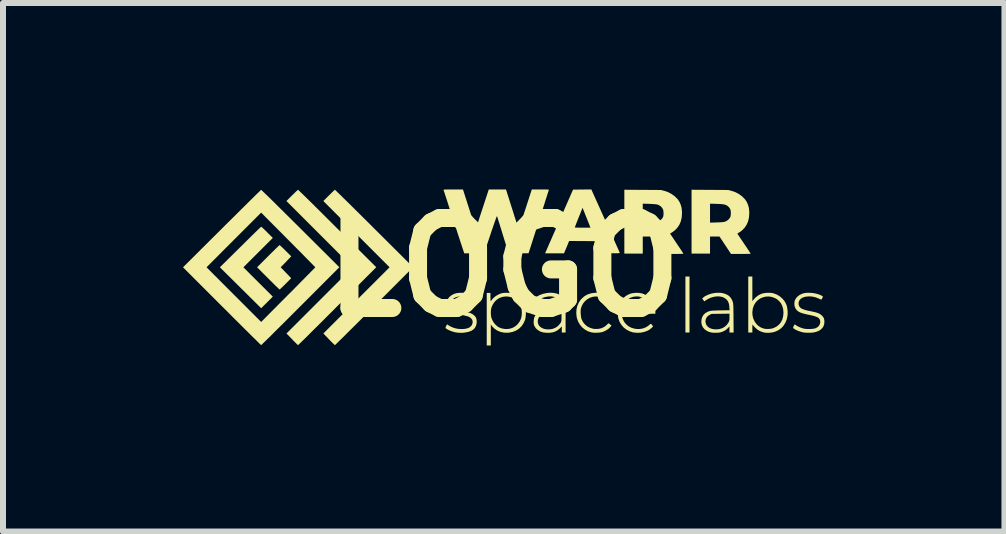
<source format=kicad_pcb>
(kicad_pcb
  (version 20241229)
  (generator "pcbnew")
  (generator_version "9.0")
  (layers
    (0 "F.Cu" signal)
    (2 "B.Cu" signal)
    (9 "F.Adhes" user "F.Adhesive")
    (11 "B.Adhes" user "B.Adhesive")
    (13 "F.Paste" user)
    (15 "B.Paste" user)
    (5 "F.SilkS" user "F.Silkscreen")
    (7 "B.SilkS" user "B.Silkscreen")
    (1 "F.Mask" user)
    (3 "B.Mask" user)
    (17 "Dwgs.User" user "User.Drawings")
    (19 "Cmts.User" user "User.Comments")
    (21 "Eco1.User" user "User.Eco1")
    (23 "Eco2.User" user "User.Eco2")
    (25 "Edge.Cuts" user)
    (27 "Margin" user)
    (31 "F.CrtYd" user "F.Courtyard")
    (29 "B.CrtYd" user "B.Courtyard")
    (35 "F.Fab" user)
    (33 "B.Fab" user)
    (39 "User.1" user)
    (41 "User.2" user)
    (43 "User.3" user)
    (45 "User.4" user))
  (footprint "LOGO"
    (layer "F.Cu")
    (at 5.345 1.404)
    (property "Reference" "LOGO" (at 0 0 0) (layer "F.SilkS") (effects (font (size 1.5 1.5) (thickness 0.3))))
    (attr board_only exclude_from_pos_files exclude_from_bom)
    (fp_poly (pts (xy 3.095 0.62) (xy 3.095 1.087) (xy 3.061 1.087) (xy 3.027 1.087) (xy 3.027 0.62) (xy 3.027 0.154) (xy 3.061 0.154) (xy 3.095 0.154)) (stroke (width 0) (type solid)) (fill yes) (layer "F.SilkS"))
    (fp_poly (pts (xy -4.038 -0.672) (xy -4.025 -0.662) (xy -4.007 -0.646) (xy -3.985 -0.624) (xy -3.959 -0.6) (xy -3.943 -0.583) (xy -3.849 -0.489) (xy -4.094 -0.245) (xy -4.339 0) (xy -4.094 0.245) (xy -3.849 0.489) (xy -3.946 0.586) (xy -4.043 0.682) (xy -4.387 0.341) (xy -4.731 -0.000035) (xy -4.39 -0.337) (xy -4.338 -0.388) (xy -4.289 -0.437) (xy -4.242 -0.483) (xy -4.199 -0.526) (xy -4.16 -0.564) (xy -4.125 -0.598) (xy -4.096 -0.626) (xy -4.072 -0.649) (xy -4.055 -0.665) (xy -4.046 -0.674) (xy -4.043 -0.676)) (stroke (width 0) (type solid)) (fill yes) (layer "F.SilkS"))
    (fp_poly (pts (xy -3.73 -0.366) (xy -3.718 -0.355) (xy -3.7 -0.338) (xy -3.677 -0.317) (xy -3.652 -0.292) (xy -3.636 -0.276) (xy -3.542 -0.182) (xy -3.571 -0.152) (xy -3.585 -0.137) (xy -3.605 -0.116) (xy -3.628 -0.092) (xy -3.652 -0.067) (xy -3.658 -0.061) (xy -3.718 0) (xy -3.658 0.061) (xy -3.635 0.086) (xy -3.611 0.11) (xy -3.59 0.132) (xy -3.574 0.149) (xy -3.571 0.152) (xy -3.542 0.182) (xy -3.636 0.276) (xy -3.663 0.303) (xy -3.687 0.326) (xy -3.708 0.346) (xy -3.723 0.36) (xy -3.733 0.368) (xy -3.735 0.37) (xy -3.741 0.366) (xy -3.753 0.355) (xy -3.771 0.337) (xy -3.796 0.314) (xy -3.825 0.286) (xy -3.857 0.253) (xy -3.893 0.218) (xy -3.926 0.185) (xy -4.111 0) (xy -3.926 -0.185) (xy -3.888 -0.223) (xy -3.853 -0.258) (xy -3.82 -0.29) (xy -3.792 -0.317) (xy -3.769 -0.34) (xy -3.751 -0.357) (xy -3.739 -0.367) (xy -3.735 -0.37)) (stroke (width 0) (type solid)) (fill yes) (layer "F.SilkS"))
    (fp_poly (pts (xy -3.423 -1.288) (xy -3.411 -1.276) (xy -3.392 -1.257) (xy -3.365 -1.232) (xy -3.333 -1.2) (xy -3.294 -1.162) (xy -3.25 -1.119) (xy -3.201 -1.071) (xy -3.148 -1.018) (xy -3.09 -0.961) (xy -3.029 -0.9) (xy -2.964 -0.835) (xy -2.896 -0.768) (xy -2.826 -0.698) (xy -2.774 -0.646) (xy -2.125 -0.001) (xy -2.774 0.648) (xy -2.845 0.72) (xy -2.915 0.789) (xy -2.982 0.856) (xy -3.046 0.92) (xy -3.106 0.98) (xy -3.163 1.036) (xy -3.215 1.088) (xy -3.263 1.136) (xy -3.305 1.178) (xy -3.342 1.214) (xy -3.373 1.244) (xy -3.398 1.268) (xy -3.415 1.285) (xy -3.425 1.295) (xy -3.428 1.297) (xy -3.434 1.293) (xy -3.446 1.282) (xy -3.463 1.265) (xy -3.485 1.243) (xy -3.51 1.218) (xy -3.527 1.2) (xy -3.621 1.103) (xy -3.069 0.551) (xy -2.518 0) (xy -3.07 -0.552) (xy -3.622 -1.104) (xy -3.528 -1.198) (xy -3.501 -1.224) (xy -3.477 -1.248) (xy -3.456 -1.268) (xy -3.44 -1.282) (xy -3.43 -1.29) (xy -3.428 -1.292)) (stroke (width 0) (type solid)) (fill yes) (layer "F.SilkS"))
    (fp_poly (pts (xy -2.809 -1.288) (xy -2.797 -1.276) (xy -2.777 -1.257) (xy -2.751 -1.232) (xy -2.718 -1.2) (xy -2.68 -1.162) (xy -2.636 -1.119) (xy -2.587 -1.071) (xy -2.533 -1.018) (xy -2.476 -0.961) (xy -2.414 -0.9) (xy -2.349 -0.835) (xy -2.281 -0.768) (xy -2.211 -0.698) (xy -2.159 -0.646) (xy -1.511 -0.001) (xy -2.159 0.648) (xy -2.231 0.72) (xy -2.3 0.789) (xy -2.367 0.856) (xy -2.431 0.92) (xy -2.492 0.98) (xy -2.548 1.036) (xy -2.601 1.088) (xy -2.648 1.136) (xy -2.691 1.178) (xy -2.728 1.214) (xy -2.759 1.244) (xy -2.783 1.268) (xy -2.801 1.285) (xy -2.811 1.295) (xy -2.814 1.297) (xy -2.819 1.293) (xy -2.831 1.282) (xy -2.849 1.265) (xy -2.871 1.243) (xy -2.896 1.218) (xy -2.913 1.2) (xy -3.006 1.103) (xy -2.455 0.551) (xy -1.903 0) (xy -2.455 -0.552) (xy -3.007 -1.104) (xy -2.913 -1.198) (xy -2.886 -1.224) (xy -2.862 -1.248) (xy -2.841 -1.268) (xy -2.826 -1.282) (xy -2.816 -1.29) (xy -2.813 -1.292)) (stroke (width 0) (type solid)) (fill yes) (layer "F.SilkS"))
    (fp_poly (pts (xy 1.694 -0.775) (xy 1.727 -0.702) (xy 1.758 -0.632) (xy 1.788 -0.566) (xy 1.816 -0.503) (xy 1.842 -0.446) (xy 1.865 -0.394) (xy 1.885 -0.349) (xy 1.902 -0.311) (xy 1.916 -0.28) (xy 1.925 -0.259) (xy 1.931 -0.246) (xy 1.932 -0.243) (xy 1.933 -0.24) (xy 1.931 -0.238) (xy 1.925 -0.236) (xy 1.915 -0.235) (xy 1.9 -0.234) (xy 1.877 -0.234) (xy 1.845 -0.234) (xy 1.805 -0.234) (xy 1.775 -0.235) (xy 1.615 -0.236) (xy 1.573 -0.336) (xy 1.532 -0.435) (xy 1.31 -0.437) (xy 1.089 -0.438) (xy 1.047 -0.336) (xy 1.004 -0.233) (xy 0.847 -0.233) (xy 0.689 -0.233) (xy 0.704 -0.269) (xy 0.709 -0.279) (xy 0.717 -0.299) (xy 0.73 -0.328) (xy 0.746 -0.365) (xy 0.765 -0.409) (xy 0.788 -0.459) (xy 0.812 -0.516) (xy 0.839 -0.577) (xy 0.868 -0.642) (xy 0.877 -0.664) (xy 1.184 -0.664) (xy 1.189 -0.663) (xy 1.204 -0.662) (xy 1.228 -0.661) (xy 1.258 -0.66) (xy 1.293 -0.66) (xy 1.314 -0.66) (xy 1.445 -0.66) (xy 1.434 -0.687) (xy 1.429 -0.7) (xy 1.421 -0.721) (xy 1.409 -0.75) (xy 1.396 -0.783) (xy 1.381 -0.821) (xy 1.368 -0.853) (xy 1.313 -0.991) (xy 1.248 -0.83) (xy 1.232 -0.79) (xy 1.217 -0.753) (xy 1.205 -0.721) (xy 1.195 -0.695) (xy 1.187 -0.676) (xy 1.184 -0.666) (xy 1.184 -0.664) (xy 0.877 -0.664) (xy 0.898 -0.711) (xy 0.929 -0.782) (xy 0.937 -0.799) (xy 1.154 -1.294) (xy 1.307 -1.296) (xy 1.459 -1.297)) (stroke (width 0) (type solid)) (fill yes) (layer "F.SilkS"))
    (fp_poly (pts (xy 1.605 0.43) (xy 1.661 0.444) (xy 1.71 0.467) (xy 1.753 0.499) (xy 1.764 0.51) (xy 1.778 0.525) (xy 1.788 0.538) (xy 1.792 0.545) (xy 1.792 0.545) (xy 1.788 0.551) (xy 1.778 0.56) (xy 1.765 0.57) (xy 1.753 0.577) (xy 1.745 0.58) (xy 1.74 0.577) (xy 1.728 0.567) (xy 1.715 0.554) (xy 1.681 0.527) (xy 1.639 0.506) (xy 1.593 0.492) (xy 1.581 0.489) (xy 1.529 0.486) (xy 1.479 0.493) (xy 1.431 0.51) (xy 1.388 0.535) (xy 1.35 0.568) (xy 1.319 0.607) (xy 1.296 0.653) (xy 1.285 0.689) (xy 1.281 0.718) (xy 1.281 0.754) (xy 1.283 0.792) (xy 1.287 0.828) (xy 1.294 0.858) (xy 1.297 0.866) (xy 1.321 0.914) (xy 1.354 0.954) (xy 1.394 0.987) (xy 1.44 1.01) (xy 1.492 1.025) (xy 1.523 1.028) (xy 1.576 1.027) (xy 1.626 1.016) (xy 1.67 0.996) (xy 1.708 0.968) (xy 1.718 0.958) (xy 1.731 0.945) (xy 1.741 0.936) (xy 1.746 0.933) (xy 1.752 0.937) (xy 1.764 0.945) (xy 1.772 0.952) (xy 1.795 0.971) (xy 1.777 0.994) (xy 1.75 1.021) (xy 1.716 1.045) (xy 1.676 1.066) (xy 1.658 1.074) (xy 1.624 1.083) (xy 1.583 1.089) (xy 1.539 1.091) (xy 1.496 1.09) (xy 1.459 1.084) (xy 1.458 1.084) (xy 1.402 1.066) (xy 1.352 1.038) (xy 1.307 1.002) (xy 1.27 0.958) (xy 1.24 0.907) (xy 1.22 0.852) (xy 1.214 0.825) (xy 1.208 0.762) (xy 1.212 0.7) (xy 1.226 0.642) (xy 1.25 0.588) (xy 1.283 0.539) (xy 1.303 0.518) (xy 1.347 0.48) (xy 1.396 0.453) (xy 1.45 0.435) (xy 1.509 0.426) (xy 1.542 0.425)) (stroke (width 0) (type solid)) (fill yes) (layer "F.SilkS"))
    (fp_poly (pts (xy 2.314 -1.29) (xy 2.62 -1.288) (xy 2.676 -1.273) (xy 2.74 -1.251) (xy 2.798 -1.22) (xy 2.85 -1.182) (xy 2.894 -1.138) (xy 2.901 -1.13) (xy 2.929 -1.087) (xy 2.949 -1.041) (xy 2.963 -0.991) (xy 2.969 -0.933) (xy 2.97 -0.899) (xy 2.965 -0.831) (xy 2.951 -0.768) (xy 2.927 -0.711) (xy 2.894 -0.661) (xy 2.852 -0.617) (xy 2.806 -0.583) (xy 2.771 -0.562) (xy 2.78 -0.547) (xy 2.786 -0.539) (xy 2.797 -0.522) (xy 2.813 -0.499) (xy 2.832 -0.47) (xy 2.854 -0.437) (xy 2.879 -0.4) (xy 2.891 -0.382) (xy 2.916 -0.345) (xy 2.939 -0.311) (xy 2.958 -0.282) (xy 2.974 -0.257) (xy 2.986 -0.239) (xy 2.992 -0.229) (xy 2.993 -0.227) (xy 2.987 -0.226) (xy 2.972 -0.224) (xy 2.948 -0.223) (xy 2.916 -0.223) (xy 2.879 -0.222) (xy 2.837 -0.222) (xy 2.832 -0.222) (xy 2.671 -0.222) (xy 2.573 -0.367) (xy 2.475 -0.512) (xy 2.395 -0.512) (xy 2.316 -0.512) (xy 2.316 -0.37) (xy 2.316 -0.228) (xy 2.162 -0.228) (xy 2.009 -0.228) (xy 2.009 -0.76) (xy 2.009 -1.06) (xy 2.316 -1.06) (xy 2.316 -0.902) (xy 2.316 -0.744) (xy 2.425 -0.747) (xy 2.475 -0.749) (xy 2.515 -0.752) (xy 2.544 -0.755) (xy 2.564 -0.759) (xy 2.565 -0.76) (xy 2.592 -0.772) (xy 2.618 -0.791) (xy 2.639 -0.813) (xy 2.654 -0.837) (xy 2.657 -0.845) (xy 2.662 -0.876) (xy 2.662 -0.91) (xy 2.659 -0.944) (xy 2.654 -0.963) (xy 2.639 -0.99) (xy 2.616 -1.015) (xy 2.588 -1.034) (xy 2.564 -1.044) (xy 2.543 -1.049) (xy 2.51 -1.052) (xy 2.467 -1.055) (xy 2.425 -1.057) (xy 2.316 -1.06) (xy 2.009 -1.06) (xy 2.009 -1.292)) (stroke (width 0) (type solid)) (fill yes) (layer "F.SilkS"))
    (fp_poly (pts (xy 3.435 -1.29) (xy 3.741 -1.288) (xy 3.797 -1.273) (xy 3.861 -1.251) (xy 3.919 -1.22) (xy 3.971 -1.182) (xy 4.015 -1.138) (xy 4.022 -1.13) (xy 4.05 -1.087) (xy 4.07 -1.041) (xy 4.084 -0.991) (xy 4.09 -0.933) (xy 4.091 -0.899) (xy 4.086 -0.831) (xy 4.072 -0.768) (xy 4.048 -0.711) (xy 4.015 -0.661) (xy 3.973 -0.617) (xy 3.927 -0.583) (xy 3.892 -0.562) (xy 3.901 -0.547) (xy 3.907 -0.539) (xy 3.918 -0.522) (xy 3.933 -0.499) (xy 3.953 -0.47) (xy 3.975 -0.437) (xy 4 -0.4) (xy 4.012 -0.382) (xy 4.037 -0.345) (xy 4.06 -0.311) (xy 4.079 -0.282) (xy 4.095 -0.257) (xy 4.107 -0.239) (xy 4.113 -0.229) (xy 4.114 -0.227) (xy 4.108 -0.226) (xy 4.093 -0.224) (xy 4.069 -0.223) (xy 4.037 -0.223) (xy 4 -0.222) (xy 3.957 -0.222) (xy 3.95 -0.222) (xy 3.787 -0.222) (xy 3.691 -0.367) (xy 3.595 -0.512) (xy 3.516 -0.512) (xy 3.437 -0.512) (xy 3.437 -0.37) (xy 3.437 -0.228) (xy 3.283 -0.228) (xy 3.129 -0.228) (xy 3.129 -0.76) (xy 3.129 -1.06) (xy 3.437 -1.06) (xy 3.437 -0.902) (xy 3.437 -0.744) (xy 3.546 -0.747) (xy 3.596 -0.749) (xy 3.636 -0.752) (xy 3.665 -0.755) (xy 3.685 -0.759) (xy 3.686 -0.76) (xy 3.713 -0.772) (xy 3.739 -0.791) (xy 3.76 -0.813) (xy 3.775 -0.837) (xy 3.778 -0.845) (xy 3.781 -0.863) (xy 3.783 -0.886) (xy 3.784 -0.909) (xy 3.781 -0.945) (xy 3.772 -0.973) (xy 3.756 -0.997) (xy 3.737 -1.015) (xy 3.722 -1.027) (xy 3.706 -1.036) (xy 3.687 -1.043) (xy 3.664 -1.048) (xy 3.635 -1.052) (xy 3.598 -1.055) (xy 3.551 -1.056) (xy 3.546 -1.057) (xy 3.437 -1.06) (xy 3.129 -1.06) (xy 3.129 -1.292)) (stroke (width 0) (type solid)) (fill yes) (layer "F.SilkS"))
    (fp_poly (pts (xy 2.264 0.428) (xy 2.309 0.437) (xy 2.353 0.455) (xy 2.37 0.463) (xy 2.413 0.492) (xy 2.451 0.53) (xy 2.482 0.575) (xy 2.506 0.625) (xy 2.521 0.679) (xy 2.526 0.735) (xy 2.526 0.735) (xy 2.526 0.774) (xy 2.245 0.774) (xy 1.963 0.774) (xy 1.966 0.792) (xy 1.976 0.84) (xy 1.99 0.879) (xy 2.009 0.913) (xy 2.035 0.945) (xy 2.038 0.948) (xy 2.076 0.981) (xy 2.12 1.005) (xy 2.169 1.021) (xy 2.219 1.029) (xy 2.27 1.028) (xy 2.32 1.019) (xy 2.366 1.001) (xy 2.408 0.975) (xy 2.425 0.96) (xy 2.439 0.948) (xy 2.449 0.943) (xy 2.459 0.947) (xy 2.47 0.96) (xy 2.476 0.969) (xy 2.488 0.985) (xy 2.463 1.011) (xy 2.428 1.039) (xy 2.384 1.062) (xy 2.335 1.079) (xy 2.281 1.089) (xy 2.226 1.092) (xy 2.17 1.087) (xy 2.151 1.084) (xy 2.095 1.066) (xy 2.044 1.039) (xy 1.998 1.003) (xy 1.96 0.959) (xy 1.93 0.91) (xy 1.91 0.855) (xy 1.909 0.851) (xy 1.904 0.824) (xy 1.902 0.79) (xy 1.901 0.753) (xy 1.901 0.723) (xy 1.969 0.723) (xy 2.216 0.723) (xy 2.463 0.723) (xy 2.46 0.704) (xy 2.446 0.651) (xy 2.423 0.603) (xy 2.391 0.563) (xy 2.353 0.529) (xy 2.309 0.505) (xy 2.26 0.489) (xy 2.254 0.488) (xy 2.205 0.485) (xy 2.156 0.492) (xy 2.109 0.509) (xy 2.067 0.534) (xy 2.031 0.566) (xy 2.005 0.602) (xy 1.994 0.623) (xy 1.984 0.648) (xy 1.976 0.674) (xy 1.97 0.697) (xy 1.969 0.709) (xy 1.969 0.723) (xy 1.901 0.723) (xy 1.902 0.717) (xy 1.904 0.684) (xy 1.907 0.67) (xy 1.92 0.627) (xy 1.941 0.582) (xy 1.968 0.541) (xy 1.991 0.514) (xy 2.035 0.477) (xy 2.083 0.45) (xy 2.135 0.433) (xy 2.193 0.426) (xy 2.213 0.425)) (stroke (width 0) (type solid)) (fill yes) (layer "F.SilkS"))
    (fp_poly (pts (xy 0.072 0.426) (xy 0.111 0.429) (xy 0.136 0.434) (xy 0.191 0.455) (xy 0.241 0.484) (xy 0.284 0.522) (xy 0.319 0.568) (xy 0.346 0.619) (xy 0.362 0.669) (xy 0.367 0.703) (xy 0.369 0.743) (xy 0.368 0.786) (xy 0.364 0.827) (xy 0.358 0.863) (xy 0.353 0.88) (xy 0.328 0.935) (xy 0.295 0.983) (xy 0.254 1.023) (xy 0.206 1.054) (xy 0.152 1.076) (xy 0.093 1.088) (xy 0.065 1.091) (xy 0.004 1.089) (xy -0.054 1.077) (xy -0.106 1.056) (xy -0.152 1.025) (xy -0.192 0.986) (xy -0.204 0.97) (xy -0.216 0.953) (xy -0.216 1.128) (xy -0.216 1.303) (xy -0.25 1.303) (xy -0.284 1.303) (xy -0.284 0.865) (xy -0.284 0.742) (xy -0.216 0.742) (xy -0.215 0.779) (xy -0.212 0.814) (xy -0.208 0.836) (xy -0.191 0.881) (xy -0.166 0.924) (xy -0.134 0.961) (xy -0.099 0.99) (xy -0.081 1.001) (xy -0.034 1.019) (xy 0.018 1.028) (xy 0.07 1.028) (xy 0.111 1.021) (xy 0.158 1.004) (xy 0.199 0.978) (xy 0.23 0.95) (xy 0.262 0.908) (xy 0.284 0.864) (xy 0.297 0.815) (xy 0.301 0.76) (xy 0.301 0.759) (xy 0.297 0.702) (xy 0.282 0.65) (xy 0.259 0.603) (xy 0.228 0.563) (xy 0.19 0.53) (xy 0.144 0.506) (xy 0.093 0.491) (xy 0.083 0.489) (xy 0.029 0.486) (xy -0.023 0.494) (xy -0.071 0.511) (xy -0.114 0.538) (xy -0.151 0.573) (xy -0.181 0.616) (xy -0.204 0.666) (xy -0.207 0.677) (xy -0.213 0.706) (xy -0.216 0.742) (xy -0.284 0.742) (xy -0.284 0.427) (xy -0.253 0.427) (xy -0.222 0.427) (xy -0.222 0.499) (xy -0.221 0.529) (xy -0.221 0.549) (xy -0.22 0.56) (xy -0.218 0.564) (xy -0.216 0.563) (xy -0.212 0.558) (xy -0.176 0.514) (xy -0.132 0.478) (xy -0.082 0.45) (xy -0.043 0.435) (xy -0.01 0.428) (xy 0.03 0.425)) (stroke (width 0) (type solid)) (fill yes) (layer "F.SilkS"))
    (fp_poly (pts (xy 4.142 0.359) (xy 4.142 0.565) (xy 4.155 0.548) (xy 4.195 0.504) (xy 4.241 0.468) (xy 4.291 0.443) (xy 4.307 0.438) (xy 4.342 0.43) (xy 4.383 0.426) (xy 4.425 0.425) (xy 4.466 0.428) (xy 4.498 0.435) (xy 4.553 0.456) (xy 4.602 0.486) (xy 4.645 0.524) (xy 4.68 0.567) (xy 4.706 0.616) (xy 4.717 0.646) (xy 4.725 0.687) (xy 4.73 0.734) (xy 4.73 0.781) (xy 4.728 0.805) (xy 4.716 0.866) (xy 4.694 0.921) (xy 4.664 0.97) (xy 4.627 1.012) (xy 4.582 1.045) (xy 4.531 1.07) (xy 4.475 1.086) (xy 4.414 1.092) (xy 4.404 1.092) (xy 4.381 1.091) (xy 4.361 1.09) (xy 4.348 1.089) (xy 4.347 1.089) (xy 4.316 1.081) (xy 4.282 1.069) (xy 4.251 1.054) (xy 4.248 1.052) (xy 4.226 1.038) (xy 4.202 1.017) (xy 4.178 0.994) (xy 4.158 0.971) (xy 4.152 0.962) (xy 4.148 0.956) (xy 4.145 0.955) (xy 4.144 0.96) (xy 4.143 0.972) (xy 4.142 0.993) (xy 4.142 1.017) (xy 4.142 1.087) (xy 4.108 1.087) (xy 4.074 1.087) (xy 4.074 0.749) (xy 4.142 0.749) (xy 4.145 0.803) (xy 4.158 0.855) (xy 4.179 0.901) (xy 4.208 0.943) (xy 4.244 0.978) (xy 4.288 1.005) (xy 4.331 1.021) (xy 4.363 1.027) (xy 4.401 1.028) (xy 4.44 1.026) (xy 4.476 1.019) (xy 4.496 1.013) (xy 4.544 0.989) (xy 4.584 0.957) (xy 4.617 0.918) (xy 4.641 0.871) (xy 4.655 0.819) (xy 4.661 0.761) (xy 4.661 0.757) (xy 4.656 0.699) (xy 4.642 0.646) (xy 4.619 0.6) (xy 4.587 0.561) (xy 4.546 0.528) (xy 4.516 0.512) (xy 4.465 0.494) (xy 4.414 0.486) (xy 4.364 0.489) (xy 4.316 0.501) (xy 4.271 0.521) (xy 4.231 0.55) (xy 4.197 0.586) (xy 4.17 0.63) (xy 4.152 0.679) (xy 4.149 0.693) (xy 4.142 0.749) (xy 4.074 0.749) (xy 4.074 0.62) (xy 4.074 0.154) (xy 4.108 0.154) (xy 4.142 0.154)) (stroke (width 0) (type solid)) (fill yes) (layer "F.SilkS"))
    (fp_poly (pts (xy -4.039 -1.287) (xy -4.026 -1.275) (xy -4.007 -1.257) (xy -3.981 -1.231) (xy -3.948 -1.2) (xy -3.909 -1.162) (xy -3.865 -1.119) (xy -3.816 -1.071) (xy -3.763 -1.018) (xy -3.705 -0.961) (xy -3.644 -0.9) (xy -3.579 -0.836) (xy -3.511 -0.768) (xy -3.441 -0.699) (xy -3.388 -0.646) (xy -2.74 -0.001) (xy -3.388 0.648) (xy -3.46 0.72) (xy -3.529 0.789) (xy -3.596 0.856) (xy -3.66 0.92) (xy -3.721 0.98) (xy -3.777 1.036) (xy -3.83 1.088) (xy -3.877 1.136) (xy -3.92 1.178) (xy -3.957 1.214) (xy -3.988 1.244) (xy -4.012 1.268) (xy -4.03 1.285) (xy -4.04 1.295) (xy -4.043 1.297) (xy -4.047 1.293) (xy -4.06 1.282) (xy -4.079 1.263) (xy -4.105 1.237) (xy -4.137 1.205) (xy -4.176 1.168) (xy -4.22 1.124) (xy -4.268 1.076) (xy -4.322 1.023) (xy -4.38 0.965) (xy -4.441 0.904) (xy -4.506 0.84) (xy -4.573 0.772) (xy -4.643 0.702) (xy -4.697 0.649) (xy -5.345 0.000217) (xy -5.345 0) (xy -4.953 0) (xy -4.498 0.456) (xy -4.043 0.911) (xy -3.592 0.457) (xy -3.532 0.398) (xy -3.475 0.34) (xy -3.421 0.285) (xy -3.37 0.233) (xy -3.323 0.186) (xy -3.28 0.142) (xy -3.242 0.104) (xy -3.209 0.07) (xy -3.182 0.043) (xy -3.161 0.022) (xy -3.148 0.007) (xy -3.141 0.001) (xy -3.141 0) (xy -3.145 -0.004) (xy -3.156 -0.016) (xy -3.175 -0.035) (xy -3.2 -0.061) (xy -3.231 -0.092) (xy -3.267 -0.129) (xy -3.309 -0.171) (xy -3.354 -0.218) (xy -3.404 -0.268) (xy -3.458 -0.322) (xy -3.514 -0.379) (xy -3.573 -0.438) (xy -3.592 -0.457) (xy -4.043 -0.911) (xy -4.498 -0.456) (xy -4.953 0) (xy -5.345 0) (xy -4.698 -0.644) (xy -4.626 -0.716) (xy -4.556 -0.785) (xy -4.489 -0.851) (xy -4.425 -0.915) (xy -4.365 -0.975) (xy -4.308 -1.031) (xy -4.256 -1.083) (xy -4.208 -1.13) (xy -4.166 -1.171) (xy -4.129 -1.208) (xy -4.098 -1.238) (xy -4.073 -1.262) (xy -4.056 -1.279) (xy -4.046 -1.288) (xy -4.043 -1.29)) (stroke (width 0) (type solid)) (fill yes) (layer "F.SilkS"))
    (fp_poly (pts (xy 3.618 0.426) (xy 3.672 0.437) (xy 3.718 0.455) (xy 3.755 0.479) (xy 3.785 0.512) (xy 3.807 0.552) (xy 3.813 0.569) (xy 3.816 0.578) (xy 3.819 0.588) (xy 3.821 0.598) (xy 3.823 0.611) (xy 3.824 0.627) (xy 3.825 0.648) (xy 3.826 0.675) (xy 3.827 0.709) (xy 3.827 0.751) (xy 3.828 0.802) (xy 3.828 0.846) (xy 3.83 1.087) (xy 3.796 1.087) (xy 3.761 1.087) (xy 3.761 1.036) (xy 3.761 0.985) (xy 3.733 1.015) (xy 3.696 1.048) (xy 3.654 1.07) (xy 3.613 1.084) (xy 3.582 1.089) (xy 3.546 1.091) (xy 3.507 1.091) (xy 3.472 1.089) (xy 3.455 1.086) (xy 3.422 1.077) (xy 3.388 1.062) (xy 3.359 1.043) (xy 3.344 1.031) (xy 3.316 0.997) (xy 3.299 0.958) (xy 3.292 0.915) (xy 3.293 0.901) (xy 3.36 0.901) (xy 3.365 0.932) (xy 3.377 0.963) (xy 3.399 0.99) (xy 3.428 1.011) (xy 3.432 1.013) (xy 3.47 1.027) (xy 3.514 1.034) (xy 3.561 1.034) (xy 3.597 1.029) (xy 3.643 1.014) (xy 3.684 0.99) (xy 3.719 0.957) (xy 3.745 0.919) (xy 3.746 0.917) (xy 3.753 0.902) (xy 3.758 0.888) (xy 3.76 0.871) (xy 3.761 0.848) (xy 3.761 0.831) (xy 3.761 0.773) (xy 3.612 0.775) (xy 3.462 0.777) (xy 3.429 0.793) (xy 3.399 0.813) (xy 3.378 0.839) (xy 3.365 0.869) (xy 3.36 0.901) (xy 3.293 0.901) (xy 3.295 0.87) (xy 3.307 0.828) (xy 3.328 0.793) (xy 3.358 0.764) (xy 3.397 0.742) (xy 3.422 0.732) (xy 3.434 0.729) (xy 3.446 0.726) (xy 3.461 0.724) (xy 3.481 0.722) (xy 3.505 0.721) (xy 3.537 0.72) (xy 3.578 0.719) (xy 3.61 0.718) (xy 3.763 0.716) (xy 3.759 0.667) (xy 3.755 0.625) (xy 3.746 0.591) (xy 3.733 0.564) (xy 3.715 0.54) (xy 3.71 0.535) (xy 3.678 0.511) (xy 3.64 0.494) (xy 3.596 0.486) (xy 3.549 0.485) (xy 3.5 0.492) (xy 3.451 0.506) (xy 3.403 0.528) (xy 3.374 0.546) (xy 3.341 0.568) (xy 3.324 0.544) (xy 3.306 0.519) (xy 3.319 0.508) (xy 3.353 0.482) (xy 3.396 0.461) (xy 3.445 0.443) (xy 3.497 0.431) (xy 3.55 0.425) (xy 3.601 0.425)) (stroke (width 0) (type solid)) (fill yes) (layer "F.SilkS"))
    (fp_poly (pts (xy -0.644 0.429) (xy -0.591 0.438) (xy -0.544 0.452) (xy -0.515 0.463) (xy -0.494 0.474) (xy -0.481 0.482) (xy -0.475 0.489) (xy -0.476 0.497) (xy -0.483 0.509) (xy -0.486 0.514) (xy -0.495 0.529) (xy -0.504 0.539) (xy -0.507 0.541) (xy -0.515 0.537) (xy -0.528 0.53) (xy -0.53 0.529) (xy -0.561 0.512) (xy -0.6 0.499) (xy -0.643 0.49) (xy -0.689 0.486) (xy -0.734 0.486) (xy -0.775 0.492) (xy -0.796 0.498) (xy -0.83 0.514) (xy -0.855 0.537) (xy -0.873 0.564) (xy -0.881 0.594) (xy -0.88 0.625) (xy -0.873 0.647) (xy -0.863 0.663) (xy -0.849 0.677) (xy -0.831 0.689) (xy -0.806 0.7) (xy -0.774 0.711) (xy -0.734 0.721) (xy -0.683 0.732) (xy -0.674 0.734) (xy -0.627 0.744) (xy -0.588 0.753) (xy -0.558 0.763) (xy -0.533 0.774) (xy -0.513 0.786) (xy -0.495 0.801) (xy -0.476 0.819) (xy -0.465 0.837) (xy -0.457 0.858) (xy -0.451 0.898) (xy -0.453 0.938) (xy -0.464 0.977) (xy -0.482 1.01) (xy -0.503 1.034) (xy -0.536 1.056) (xy -0.578 1.073) (xy -0.626 1.084) (xy -0.678 1.091) (xy -0.733 1.092) (xy -0.789 1.087) (xy -0.805 1.084) (xy -0.835 1.077) (xy -0.867 1.067) (xy -0.898 1.055) (xy -0.926 1.042) (xy -0.949 1.03) (xy -0.965 1.018) (xy -0.971 1.01) (xy -0.97 1.001) (xy -0.964 0.986) (xy -0.959 0.976) (xy -0.944 0.95) (xy -0.926 0.964) (xy -0.88 0.991) (xy -0.827 1.012) (xy -0.769 1.025) (xy -0.709 1.03) (xy -0.706 1.03) (xy -0.653 1.027) (xy -0.609 1.018) (xy -0.574 1.004) (xy -0.548 0.983) (xy -0.534 0.965) (xy -0.521 0.934) (xy -0.518 0.904) (xy -0.526 0.876) (xy -0.544 0.851) (xy -0.571 0.83) (xy -0.593 0.82) (xy -0.609 0.815) (xy -0.634 0.809) (xy -0.664 0.802) (xy -0.698 0.794) (xy -0.722 0.789) (xy -0.777 0.777) (xy -0.822 0.764) (xy -0.859 0.75) (xy -0.888 0.734) (xy -0.911 0.716) (xy -0.929 0.695) (xy -0.938 0.681) (xy -0.944 0.662) (xy -0.947 0.635) (xy -0.948 0.605) (xy -0.946 0.575) (xy -0.941 0.549) (xy -0.935 0.532) (xy -0.911 0.499) (xy -0.877 0.47) (xy -0.837 0.447) (xy -0.791 0.432) (xy -0.747 0.426) (xy -0.697 0.425)) (stroke (width 0) (type solid)) (fill yes) (layer "F.SilkS"))
    (fp_poly (pts (xy 5.151 0.429) (xy 5.204 0.439) (xy 5.252 0.453) (xy 5.277 0.463) (xy 5.299 0.474) (xy 5.311 0.481) (xy 5.317 0.488) (xy 5.316 0.496) (xy 5.311 0.507) (xy 5.309 0.511) (xy 5.301 0.526) (xy 5.294 0.536) (xy 5.292 0.537) (xy 5.285 0.537) (xy 5.271 0.531) (xy 5.252 0.523) (xy 5.248 0.521) (xy 5.197 0.501) (xy 5.141 0.488) (xy 5.084 0.485) (xy 5.067 0.486) (xy 5.019 0.492) (xy 4.981 0.505) (xy 4.951 0.523) (xy 4.929 0.547) (xy 4.922 0.56) (xy 4.912 0.59) (xy 4.913 0.62) (xy 4.923 0.649) (xy 4.934 0.665) (xy 4.949 0.68) (xy 4.97 0.692) (xy 4.999 0.704) (xy 5.035 0.715) (xy 5.081 0.726) (xy 5.108 0.731) (xy 5.155 0.741) (xy 5.194 0.75) (xy 5.224 0.759) (xy 5.248 0.768) (xy 5.268 0.779) (xy 5.285 0.79) (xy 5.301 0.805) (xy 5.301 0.805) (xy 5.322 0.828) (xy 5.334 0.851) (xy 5.341 0.879) (xy 5.343 0.911) (xy 5.338 0.954) (xy 5.323 0.992) (xy 5.298 1.024) (xy 5.264 1.051) (xy 5.221 1.071) (xy 5.177 1.083) (xy 5.142 1.089) (xy 5.1 1.091) (xy 5.057 1.091) (xy 5.018 1.089) (xy 5 1.087) (xy 4.968 1.08) (xy 4.935 1.07) (xy 4.902 1.058) (xy 4.872 1.045) (xy 4.847 1.031) (xy 4.83 1.019) (xy 4.823 1.012) (xy 4.822 1.003) (xy 4.827 0.988) (xy 4.833 0.977) (xy 4.849 0.95) (xy 4.867 0.964) (xy 4.893 0.981) (xy 4.927 0.997) (xy 4.964 1.012) (xy 5 1.022) (xy 5 1.022) (xy 5.031 1.027) (xy 5.067 1.029) (xy 5.105 1.029) (xy 5.142 1.026) (xy 5.173 1.022) (xy 5.195 1.016) (xy 5.227 0.999) (xy 5.251 0.976) (xy 5.267 0.948) (xy 5.274 0.918) (xy 5.271 0.886) (xy 5.267 0.874) (xy 5.258 0.858) (xy 5.245 0.845) (xy 5.228 0.833) (xy 5.203 0.823) (xy 5.171 0.812) (xy 5.13 0.802) (xy 5.08 0.791) (xy 5.069 0.789) (xy 5.02 0.778) (xy 4.979 0.767) (xy 4.947 0.756) (xy 4.921 0.744) (xy 4.9 0.73) (xy 4.883 0.715) (xy 4.861 0.686) (xy 4.847 0.651) (xy 4.842 0.612) (xy 4.845 0.572) (xy 4.851 0.55) (xy 4.868 0.518) (xy 4.894 0.488) (xy 4.928 0.462) (xy 4.968 0.442) (xy 5.001 0.432) (xy 5.047 0.425) (xy 5.098 0.425)) (stroke (width 0) (type solid)) (fill yes) (layer "F.SilkS"))
    (fp_poly (pts (xy 0.827 0.427) (xy 0.881 0.437) (xy 0.9 0.444) (xy 0.935 0.462) (xy 0.967 0.487) (xy 0.993 0.517) (xy 0.999 0.527) (xy 1.006 0.539) (xy 1.012 0.552) (xy 1.017 0.565) (xy 1.021 0.579) (xy 1.024 0.597) (xy 1.026 0.619) (xy 1.028 0.647) (xy 1.029 0.681) (xy 1.029 0.722) (xy 1.03 0.773) (xy 1.03 0.833) (xy 1.03 0.849) (xy 1.03 1.087) (xy 0.999 1.087) (xy 0.967 1.087) (xy 0.967 1.036) (xy 0.967 0.985) (xy 0.935 1.018) (xy 0.894 1.051) (xy 0.848 1.075) (xy 0.806 1.086) (xy 0.768 1.091) (xy 0.727 1.092) (xy 0.686 1.089) (xy 0.654 1.085) (xy 0.607 1.07) (xy 0.567 1.046) (xy 0.534 1.016) (xy 0.512 0.981) (xy 0.504 0.964) (xy 0.5 0.946) (xy 0.498 0.924) (xy 0.498 0.905) (xy 0.499 0.893) (xy 0.566 0.893) (xy 0.568 0.927) (xy 0.58 0.959) (xy 0.582 0.963) (xy 0.604 0.99) (xy 0.634 1.011) (xy 0.671 1.026) (xy 0.713 1.034) (xy 0.757 1.035) (xy 0.803 1.029) (xy 0.811 1.027) (xy 0.858 1.009) (xy 0.898 0.983) (xy 0.931 0.948) (xy 0.946 0.928) (xy 0.953 0.916) (xy 0.957 0.905) (xy 0.96 0.893) (xy 0.961 0.876) (xy 0.962 0.852) (xy 0.962 0.838) (xy 0.962 0.774) (xy 0.826 0.774) (xy 0.775 0.774) (xy 0.733 0.775) (xy 0.7 0.777) (xy 0.674 0.78) (xy 0.653 0.784) (xy 0.636 0.79) (xy 0.621 0.798) (xy 0.61 0.806) (xy 0.588 0.83) (xy 0.573 0.86) (xy 0.566 0.893) (xy 0.499 0.893) (xy 0.502 0.86) (xy 0.513 0.823) (xy 0.532 0.793) (xy 0.547 0.777) (xy 0.566 0.761) (xy 0.587 0.748) (xy 0.61 0.738) (xy 0.637 0.73) (xy 0.669 0.724) (xy 0.708 0.72) (xy 0.755 0.718) (xy 0.811 0.717) (xy 0.832 0.717) (xy 0.962 0.717) (xy 0.962 0.67) (xy 0.96 0.635) (xy 0.956 0.607) (xy 0.948 0.583) (xy 0.936 0.56) (xy 0.932 0.554) (xy 0.906 0.526) (xy 0.874 0.506) (xy 0.835 0.492) (xy 0.792 0.485) (xy 0.745 0.486) (xy 0.698 0.494) (xy 0.65 0.508) (xy 0.604 0.531) (xy 0.583 0.543) (xy 0.546 0.568) (xy 0.529 0.545) (xy 0.519 0.531) (xy 0.513 0.521) (xy 0.512 0.518) (xy 0.516 0.514) (xy 0.528 0.505) (xy 0.545 0.493) (xy 0.549 0.49) (xy 0.597 0.463) (xy 0.652 0.443) (xy 0.71 0.43) (xy 0.769 0.424)) (stroke (width 0) (type solid)) (fill yes) (layer "F.SilkS"))
    (fp_poly (pts (xy 0.648 -1.297) (xy 0.683 -1.297) (xy 0.712 -1.296) (xy 0.734 -1.295) (xy 0.748 -1.294) (xy 0.751 -1.293) (xy 0.75 -1.287) (xy 0.745 -1.271) (xy 0.737 -1.246) (xy 0.726 -1.212) (xy 0.713 -1.17) (xy 0.697 -1.121) (xy 0.68 -1.066) (xy 0.66 -1.005) (xy 0.639 -0.939) (xy 0.617 -0.869) (xy 0.593 -0.796) (xy 0.582 -0.761) (xy 0.413 -0.234) (xy 0.247 -0.233) (xy 0.081 -0.233) (xy 0.069 -0.269) (xy 0.065 -0.281) (xy 0.058 -0.304) (xy 0.049 -0.334) (xy 0.037 -0.372) (xy 0.023 -0.416) (xy 0.008 -0.464) (xy -0.008 -0.516) (xy -0.025 -0.571) (xy -0.026 -0.575) (xy -0.042 -0.628) (xy -0.058 -0.678) (xy -0.072 -0.724) (xy -0.085 -0.765) (xy -0.096 -0.799) (xy -0.104 -0.826) (xy -0.11 -0.844) (xy -0.113 -0.852) (xy -0.113 -0.852) (xy -0.116 -0.849) (xy -0.122 -0.835) (xy -0.131 -0.812) (xy -0.142 -0.78) (xy -0.156 -0.741) (xy -0.172 -0.695) (xy -0.19 -0.642) (xy -0.21 -0.584) (xy -0.222 -0.547) (xy -0.327 -0.233) (xy -0.493 -0.233) (xy -0.659 -0.233) (xy -0.696 -0.346) (xy -0.704 -0.37) (xy -0.715 -0.403) (xy -0.729 -0.446) (xy -0.745 -0.495) (xy -0.764 -0.551) (xy -0.783 -0.612) (xy -0.804 -0.677) (xy -0.826 -0.744) (xy -0.849 -0.813) (xy -0.868 -0.871) (xy -0.889 -0.937) (xy -0.91 -0.999) (xy -0.929 -1.058) (xy -0.946 -1.113) (xy -0.962 -1.161) (xy -0.976 -1.203) (xy -0.987 -1.238) (xy -0.996 -1.265) (xy -1.002 -1.282) (xy -1.004 -1.29) (xy -1.004 -1.29) (xy -1.003 -1.292) (xy -0.996 -1.294) (xy -0.982 -1.295) (xy -0.962 -1.296) (xy -0.932 -1.297) (xy -0.894 -1.297) (xy -0.845 -1.297) (xy -0.843 -1.297) (xy -0.68 -1.297) (xy -0.575 -0.968) (xy -0.556 -0.909) (xy -0.539 -0.854) (xy -0.522 -0.803) (xy -0.507 -0.757) (xy -0.494 -0.718) (xy -0.483 -0.685) (xy -0.474 -0.661) (xy -0.469 -0.646) (xy -0.466 -0.64) (xy -0.466 -0.64) (xy -0.462 -0.647) (xy -0.458 -0.659) (xy -0.456 -0.667) (xy -0.45 -0.685) (xy -0.442 -0.711) (xy -0.43 -0.746) (xy -0.417 -0.787) (xy -0.402 -0.834) (xy -0.385 -0.886) (xy -0.367 -0.941) (xy -0.352 -0.986) (xy -0.25 -1.297) (xy -0.106 -1.297) (xy 0.037 -1.297) (xy 0.142 -0.965) (xy 0.161 -0.906) (xy 0.178 -0.85) (xy 0.195 -0.799) (xy 0.209 -0.753) (xy 0.222 -0.713) (xy 0.233 -0.681) (xy 0.241 -0.656) (xy 0.247 -0.64) (xy 0.249 -0.634) (xy 0.249 -0.634) (xy 0.251 -0.638) (xy 0.254 -0.647) (xy 0.26 -0.663) (xy 0.267 -0.686) (xy 0.277 -0.716) (xy 0.29 -0.754) (xy 0.305 -0.8) (xy 0.323 -0.855) (xy 0.344 -0.92) (xy 0.369 -0.994) (xy 0.396 -1.079) (xy 0.398 -1.085) (xy 0.467 -1.297) (xy 0.609 -1.297)) (stroke (width 0) (type solid)) (fill yes) (layer "F.SilkS")))
  (gr_rect
    (start -3 -3)
    (end 13.688 5.808)
    (stroke (width 0.1) (type default))
    (fill no)
    (layer "Edge.Cuts")))
</source>
